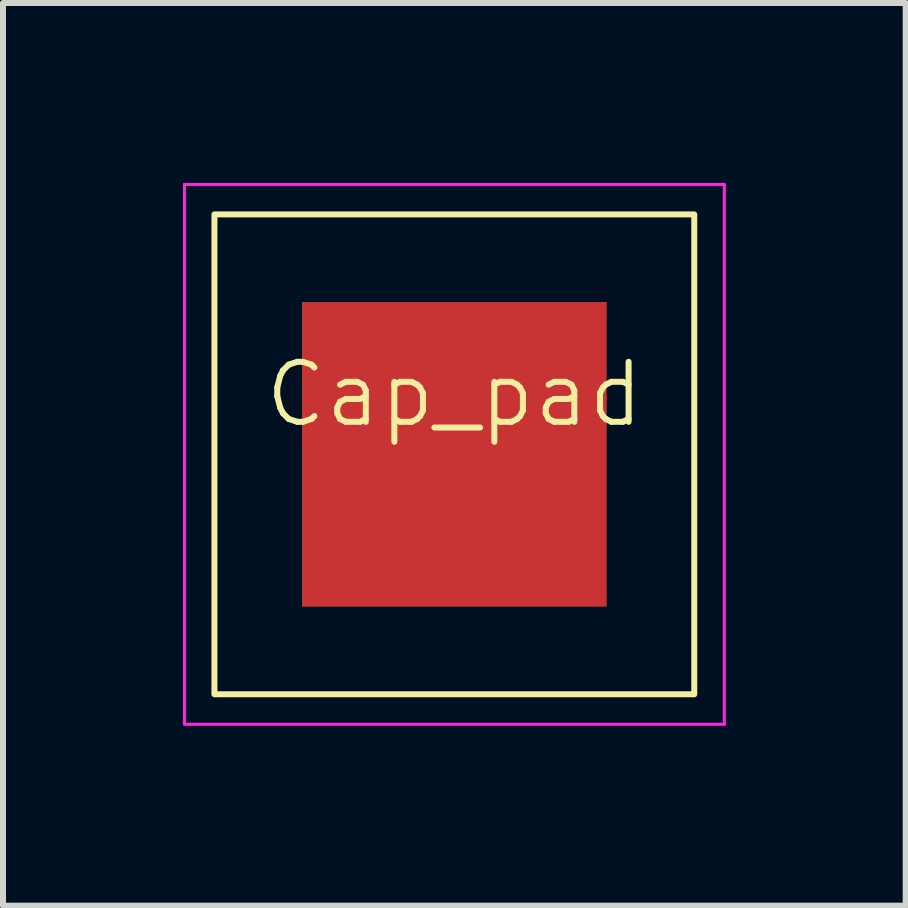
<source format=kicad_pcb>
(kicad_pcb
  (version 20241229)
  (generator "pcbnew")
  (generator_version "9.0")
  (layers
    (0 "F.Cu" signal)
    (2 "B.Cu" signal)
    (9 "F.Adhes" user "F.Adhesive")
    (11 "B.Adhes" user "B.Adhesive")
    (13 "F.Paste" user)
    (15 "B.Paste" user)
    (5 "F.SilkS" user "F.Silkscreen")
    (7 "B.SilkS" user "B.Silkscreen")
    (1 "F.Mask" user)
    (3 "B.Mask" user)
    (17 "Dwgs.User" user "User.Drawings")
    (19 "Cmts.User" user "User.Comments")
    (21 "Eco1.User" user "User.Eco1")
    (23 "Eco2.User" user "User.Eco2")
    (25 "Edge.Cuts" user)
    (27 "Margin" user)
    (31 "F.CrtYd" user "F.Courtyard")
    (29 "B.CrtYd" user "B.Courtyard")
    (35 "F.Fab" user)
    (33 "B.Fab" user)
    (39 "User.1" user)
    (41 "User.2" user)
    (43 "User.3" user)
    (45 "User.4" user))
  (footprint "Cap_pad"
    (layer "F.Cu")
    (at 4.525 4.025)
    (property "Reference" "Cap_pad" (at 0 -0.5 0) (unlocked yes) (layer "F.SilkS") (effects (font (size 1 1) (thickness 0.1))))
    (attr smd)
    (fp_rect (start -4 -3.5) (end 4 4.5) (stroke (width 0.1) (type default)) (fill no) (layer "F.SilkS"))
    (fp_line (start -4.5 -4) (end 4.5 -4) (stroke (width 0.05) (type solid)) (layer "F.CrtYd"))
    (fp_line (start -4.5 5) (end -4.5 -4) (stroke (width 0.05) (type solid)) (layer "F.CrtYd"))
    (fp_line (start -4.5 5) (end 4.5 5) (stroke (width 0.05) (type solid)) (layer "F.CrtYd"))
    (fp_line (start 4.5 -4) (end 4.5 5) (stroke (width 0.05) (type solid)) (layer "F.CrtYd"))
    (pad "1" smd rect (at 0 0.5) (size 5.08 5.08) (layers "F.Cu" "F.Mask")))
  (gr_rect
    (start -3 -3)
    (end 12.05 12.05)
    (stroke (width 0.1) (type default))
    (fill no)
    (layer "Edge.Cuts")))
</source>
